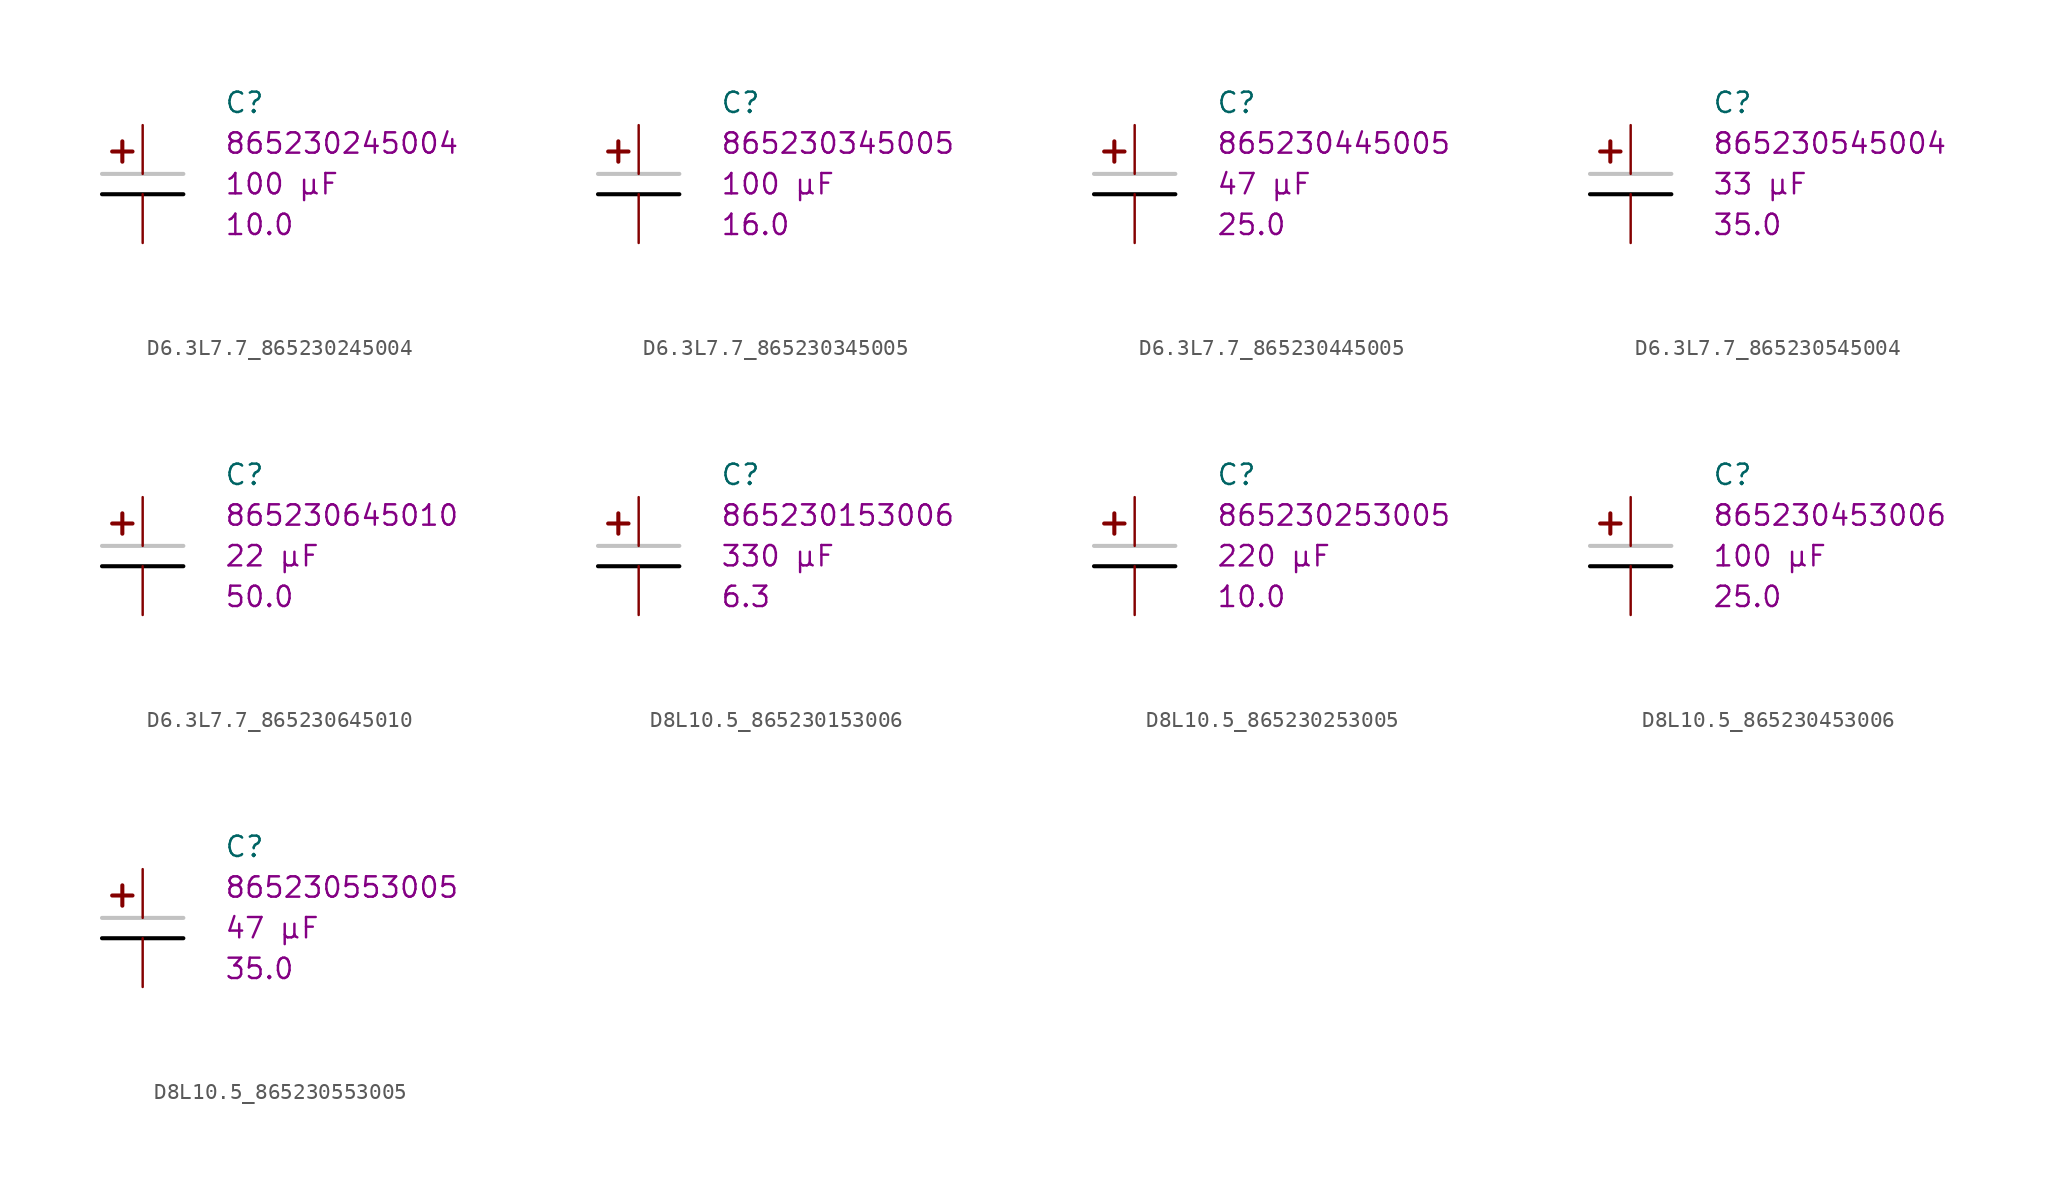
<source format=kicad_sym>
(kicad_symbol_lib
  (version 20220914)
  (generator kicad_symbol_editor)
  (symbol "D6.3L7.7_865230245004"
    (pin_numbers hide)
    (pin_names hide)
    (property "Reference" "C"
      (at 5.08 5.08 0)
      (effects (font (size 1.27 1.27)) (justify left)))
    (property "Part Number" "865230245004"
      (at 5.08 2.54 0)
      (effects (font (size 1.27 1.27)) (justify left)))
    (property "Capacitance" "100 µF"
      (at 5.08 0 0)
      (effects (font (size 1.27 1.27)) (justify left)))
    (property "Voltage" "10.0"
      (at 5.08 -2.54 0)
      (effects (font (size 1.27 1.27)) (justify left)))
    (property "Critical Parameter" ""
      (at 0 -7.62 0)
      (effects (font (size 1.27 1.27))))
    (symbol "D6.3L7.7_865230245004_1_1"
      (polyline (pts (xy -1.27 2.667) (xy -1.27 1.397)) (stroke (width 0.254) (type default)) (fill (type none)))
      (polyline (pts (xy -0.635 2.032) (xy -1.905 2.032)) (stroke (width 0.254) (type default)) (fill (type none)))
      (polyline (pts (xy 2.54 -0.635) (xy -2.54 -0.635)) (stroke (width 0.254) (type default) (color 0 0 0 1)) (fill (type none)))
      (polyline (pts (xy 2.54 0.635) (xy -2.54 0.635)) (stroke (width 0.254) (type default) (color 194 194 194 1)) (fill (type none)))
      (pin passive line (at 0 3.679 270) (length 3.044) (name "1" (effects (font (size 1.27 1.27)))) (number "1" (effects (font (size 1.27 1.27)))))
      (pin passive line (at 0 -3.679 90) (length 3.044) (name "2" (effects (font (size 1.27 1.27)))) (number "2" (effects (font (size 1.27 1.27)))))))
  (symbol "D6.3L7.7_865230345005"
    (pin_numbers hide)
    (pin_names hide)
    (property "Reference" "C"
      (at 5.08 5.08 0)
      (effects (font (size 1.27 1.27)) (justify left)))
    (property "Part Number" "865230345005"
      (at 5.08 2.54 0)
      (effects (font (size 1.27 1.27)) (justify left)))
    (property "Capacitance" "100 µF"
      (at 5.08 0 0)
      (effects (font (size 1.27 1.27)) (justify left)))
    (property "Voltage" "16.0"
      (at 5.08 -2.54 0)
      (effects (font (size 1.27 1.27)) (justify left)))
    (property "Critical Parameter" ""
      (at 0 -7.62 0)
      (effects (font (size 1.27 1.27))))
    (symbol "D6.3L7.7_865230345005_1_1"
      (polyline (pts (xy -1.27 2.667) (xy -1.27 1.397)) (stroke (width 0.254) (type default)) (fill (type none)))
      (polyline (pts (xy -0.635 2.032) (xy -1.905 2.032)) (stroke (width 0.254) (type default)) (fill (type none)))
      (polyline (pts (xy 2.54 -0.635) (xy -2.54 -0.635)) (stroke (width 0.254) (type default) (color 0 0 0 1)) (fill (type none)))
      (polyline (pts (xy 2.54 0.635) (xy -2.54 0.635)) (stroke (width 0.254) (type default) (color 194 194 194 1)) (fill (type none)))
      (pin passive line (at 0 3.679 270) (length 3.044) (name "1" (effects (font (size 1.27 1.27)))) (number "1" (effects (font (size 1.27 1.27)))))
      (pin passive line (at 0 -3.679 90) (length 3.044) (name "2" (effects (font (size 1.27 1.27)))) (number "2" (effects (font (size 1.27 1.27)))))))
  (symbol "D6.3L7.7_865230445005"
    (pin_numbers hide)
    (pin_names hide)
    (property "Reference" "C"
      (at 5.08 5.08 0)
      (effects (font (size 1.27 1.27)) (justify left)))
    (property "Part Number" "865230445005"
      (at 5.08 2.54 0)
      (effects (font (size 1.27 1.27)) (justify left)))
    (property "Capacitance" "47 µF"
      (at 5.08 0 0)
      (effects (font (size 1.27 1.27)) (justify left)))
    (property "Voltage" "25.0"
      (at 5.08 -2.54 0)
      (effects (font (size 1.27 1.27)) (justify left)))
    (property "Critical Parameter" ""
      (at 0 -7.62 0)
      (effects (font (size 1.27 1.27))))
    (symbol "D6.3L7.7_865230445005_1_1"
      (polyline (pts (xy -1.27 2.667) (xy -1.27 1.397)) (stroke (width 0.254) (type default)) (fill (type none)))
      (polyline (pts (xy -0.635 2.032) (xy -1.905 2.032)) (stroke (width 0.254) (type default)) (fill (type none)))
      (polyline (pts (xy 2.54 -0.635) (xy -2.54 -0.635)) (stroke (width 0.254) (type default) (color 0 0 0 1)) (fill (type none)))
      (polyline (pts (xy 2.54 0.635) (xy -2.54 0.635)) (stroke (width 0.254) (type default) (color 194 194 194 1)) (fill (type none)))
      (pin passive line (at 0 3.679 270) (length 3.044) (name "1" (effects (font (size 1.27 1.27)))) (number "1" (effects (font (size 1.27 1.27)))))
      (pin passive line (at 0 -3.679 90) (length 3.044) (name "2" (effects (font (size 1.27 1.27)))) (number "2" (effects (font (size 1.27 1.27)))))))
  (symbol "D6.3L7.7_865230545004"
    (pin_numbers hide)
    (pin_names hide)
    (property "Reference" "C"
      (at 5.08 5.08 0)
      (effects (font (size 1.27 1.27)) (justify left)))
    (property "Part Number" "865230545004"
      (at 5.08 2.54 0)
      (effects (font (size 1.27 1.27)) (justify left)))
    (property "Capacitance" "33 µF"
      (at 5.08 0 0)
      (effects (font (size 1.27 1.27)) (justify left)))
    (property "Voltage" "35.0"
      (at 5.08 -2.54 0)
      (effects (font (size 1.27 1.27)) (justify left)))
    (property "Critical Parameter" ""
      (at 0 -7.62 0)
      (effects (font (size 1.27 1.27))))
    (symbol "D6.3L7.7_865230545004_1_1"
      (polyline (pts (xy -1.27 2.667) (xy -1.27 1.397)) (stroke (width 0.254) (type default)) (fill (type none)))
      (polyline (pts (xy -0.635 2.032) (xy -1.905 2.032)) (stroke (width 0.254) (type default)) (fill (type none)))
      (polyline (pts (xy 2.54 -0.635) (xy -2.54 -0.635)) (stroke (width 0.254) (type default) (color 0 0 0 1)) (fill (type none)))
      (polyline (pts (xy 2.54 0.635) (xy -2.54 0.635)) (stroke (width 0.254) (type default) (color 194 194 194 1)) (fill (type none)))
      (pin passive line (at 0 3.679 270) (length 3.044) (name "1" (effects (font (size 1.27 1.27)))) (number "1" (effects (font (size 1.27 1.27)))))
      (pin passive line (at 0 -3.679 90) (length 3.044) (name "2" (effects (font (size 1.27 1.27)))) (number "2" (effects (font (size 1.27 1.27)))))))
  (symbol "D6.3L7.7_865230645010"
    (pin_numbers hide)
    (pin_names hide)
    (property "Reference" "C"
      (at 5.08 5.08 0)
      (effects (font (size 1.27 1.27)) (justify left)))
    (property "Part Number" "865230645010"
      (at 5.08 2.54 0)
      (effects (font (size 1.27 1.27)) (justify left)))
    (property "Capacitance" "22 µF"
      (at 5.08 0 0)
      (effects (font (size 1.27 1.27)) (justify left)))
    (property "Voltage" "50.0"
      (at 5.08 -2.54 0)
      (effects (font (size 1.27 1.27)) (justify left)))
    (property "Critical Parameter" ""
      (at 0 -7.62 0)
      (effects (font (size 1.27 1.27))))
    (symbol "D6.3L7.7_865230645010_1_1"
      (polyline (pts (xy -1.27 2.667) (xy -1.27 1.397)) (stroke (width 0.254) (type default)) (fill (type none)))
      (polyline (pts (xy -0.635 2.032) (xy -1.905 2.032)) (stroke (width 0.254) (type default)) (fill (type none)))
      (polyline (pts (xy 2.54 -0.635) (xy -2.54 -0.635)) (stroke (width 0.254) (type default) (color 0 0 0 1)) (fill (type none)))
      (polyline (pts (xy 2.54 0.635) (xy -2.54 0.635)) (stroke (width 0.254) (type default) (color 194 194 194 1)) (fill (type none)))
      (pin passive line (at 0 3.679 270) (length 3.044) (name "1" (effects (font (size 1.27 1.27)))) (number "1" (effects (font (size 1.27 1.27)))))
      (pin passive line (at 0 -3.679 90) (length 3.044) (name "2" (effects (font (size 1.27 1.27)))) (number "2" (effects (font (size 1.27 1.27)))))))
  (symbol "D8L10.5_865230153006"
    (pin_numbers hide)
    (pin_names hide)
    (property "Reference" "C"
      (at 5.08 5.08 0)
      (effects (font (size 1.27 1.27)) (justify left)))
    (property "Part Number" "865230153006"
      (at 5.08 2.54 0)
      (effects (font (size 1.27 1.27)) (justify left)))
    (property "Capacitance" "330 µF"
      (at 5.08 0 0)
      (effects (font (size 1.27 1.27)) (justify left)))
    (property "Voltage" "6.3"
      (at 5.08 -2.54 0)
      (effects (font (size 1.27 1.27)) (justify left)))
    (property "Critical Parameter" ""
      (at 0 -7.62 0)
      (effects (font (size 1.27 1.27))))
    (symbol "D8L10.5_865230153006_1_1"
      (polyline (pts (xy -1.27 2.667) (xy -1.27 1.397)) (stroke (width 0.254) (type default)) (fill (type none)))
      (polyline (pts (xy -0.635 2.032) (xy -1.905 2.032)) (stroke (width 0.254) (type default)) (fill (type none)))
      (polyline (pts (xy 2.54 -0.635) (xy -2.54 -0.635)) (stroke (width 0.254) (type default) (color 0 0 0 1)) (fill (type none)))
      (polyline (pts (xy 2.54 0.635) (xy -2.54 0.635)) (stroke (width 0.254) (type default) (color 194 194 194 1)) (fill (type none)))
      (pin passive line (at 0 3.679 270) (length 3.044) (name "1" (effects (font (size 1.27 1.27)))) (number "1" (effects (font (size 1.27 1.27)))))
      (pin passive line (at 0 -3.679 90) (length 3.044) (name "2" (effects (font (size 1.27 1.27)))) (number "2" (effects (font (size 1.27 1.27)))))))
  (symbol "D8L10.5_865230253005"
    (pin_numbers hide)
    (pin_names hide)
    (property "Reference" "C"
      (at 5.08 5.08 0)
      (effects (font (size 1.27 1.27)) (justify left)))
    (property "Part Number" "865230253005"
      (at 5.08 2.54 0)
      (effects (font (size 1.27 1.27)) (justify left)))
    (property "Capacitance" "220 µF"
      (at 5.08 0 0)
      (effects (font (size 1.27 1.27)) (justify left)))
    (property "Voltage" "10.0"
      (at 5.08 -2.54 0)
      (effects (font (size 1.27 1.27)) (justify left)))
    (property "Critical Parameter" ""
      (at 0 -7.62 0)
      (effects (font (size 1.27 1.27))))
    (symbol "D8L10.5_865230253005_1_1"
      (polyline (pts (xy -1.27 2.667) (xy -1.27 1.397)) (stroke (width 0.254) (type default)) (fill (type none)))
      (polyline (pts (xy -0.635 2.032) (xy -1.905 2.032)) (stroke (width 0.254) (type default)) (fill (type none)))
      (polyline (pts (xy 2.54 -0.635) (xy -2.54 -0.635)) (stroke (width 0.254) (type default) (color 0 0 0 1)) (fill (type none)))
      (polyline (pts (xy 2.54 0.635) (xy -2.54 0.635)) (stroke (width 0.254) (type default) (color 194 194 194 1)) (fill (type none)))
      (pin passive line (at 0 3.679 270) (length 3.044) (name "1" (effects (font (size 1.27 1.27)))) (number "1" (effects (font (size 1.27 1.27)))))
      (pin passive line (at 0 -3.679 90) (length 3.044) (name "2" (effects (font (size 1.27 1.27)))) (number "2" (effects (font (size 1.27 1.27)))))))
  (symbol "D8L10.5_865230453006"
    (pin_numbers hide)
    (pin_names hide)
    (property "Reference" "C"
      (at 5.08 5.08 0)
      (effects (font (size 1.27 1.27)) (justify left)))
    (property "Part Number" "865230453006"
      (at 5.08 2.54 0)
      (effects (font (size 1.27 1.27)) (justify left)))
    (property "Capacitance" "100 µF"
      (at 5.08 0 0)
      (effects (font (size 1.27 1.27)) (justify left)))
    (property "Voltage" "25.0"
      (at 5.08 -2.54 0)
      (effects (font (size 1.27 1.27)) (justify left)))
    (property "Critical Parameter" ""
      (at 0 -7.62 0)
      (effects (font (size 1.27 1.27))))
    (symbol "D8L10.5_865230453006_1_1"
      (polyline (pts (xy -1.27 2.667) (xy -1.27 1.397)) (stroke (width 0.254) (type default)) (fill (type none)))
      (polyline (pts (xy -0.635 2.032) (xy -1.905 2.032)) (stroke (width 0.254) (type default)) (fill (type none)))
      (polyline (pts (xy 2.54 -0.635) (xy -2.54 -0.635)) (stroke (width 0.254) (type default) (color 0 0 0 1)) (fill (type none)))
      (polyline (pts (xy 2.54 0.635) (xy -2.54 0.635)) (stroke (width 0.254) (type default) (color 194 194 194 1)) (fill (type none)))
      (pin passive line (at 0 3.679 270) (length 3.044) (name "1" (effects (font (size 1.27 1.27)))) (number "1" (effects (font (size 1.27 1.27)))))
      (pin passive line (at 0 -3.679 90) (length 3.044) (name "2" (effects (font (size 1.27 1.27)))) (number "2" (effects (font (size 1.27 1.27)))))))
  (symbol "D8L10.5_865230553005"
    (pin_numbers hide)
    (pin_names hide)
    (property "Reference" "C"
      (at 5.08 5.08 0)
      (effects (font (size 1.27 1.27)) (justify left)))
    (property "Part Number" "865230553005"
      (at 5.08 2.54 0)
      (effects (font (size 1.27 1.27)) (justify left)))
    (property "Capacitance" "47 µF"
      (at 5.08 0 0)
      (effects (font (size 1.27 1.27)) (justify left)))
    (property "Voltage" "35.0"
      (at 5.08 -2.54 0)
      (effects (font (size 1.27 1.27)) (justify left)))
    (property "Critical Parameter" ""
      (at 0 -7.62 0)
      (effects (font (size 1.27 1.27))))
    (symbol "D8L10.5_865230553005_1_1"
      (polyline (pts (xy -1.27 2.667) (xy -1.27 1.397)) (stroke (width 0.254) (type default)) (fill (type none)))
      (polyline (pts (xy -0.635 2.032) (xy -1.905 2.032)) (stroke (width 0.254) (type default)) (fill (type none)))
      (polyline (pts (xy 2.54 -0.635) (xy -2.54 -0.635)) (stroke (width 0.254) (type default) (color 0 0 0 1)) (fill (type none)))
      (polyline (pts (xy 2.54 0.635) (xy -2.54 0.635)) (stroke (width 0.254) (type default) (color 194 194 194 1)) (fill (type none)))
      (pin passive line (at 0 3.679 270) (length 3.044) (name "1" (effects (font (size 1.27 1.27)))) (number "1" (effects (font (size 1.27 1.27)))))
      (pin passive line (at 0 -3.679 90) (length 3.044) (name "2" (effects (font (size 1.27 1.27)))) (number "2" (effects (font (size 1.27 1.27))))))))
</source>
